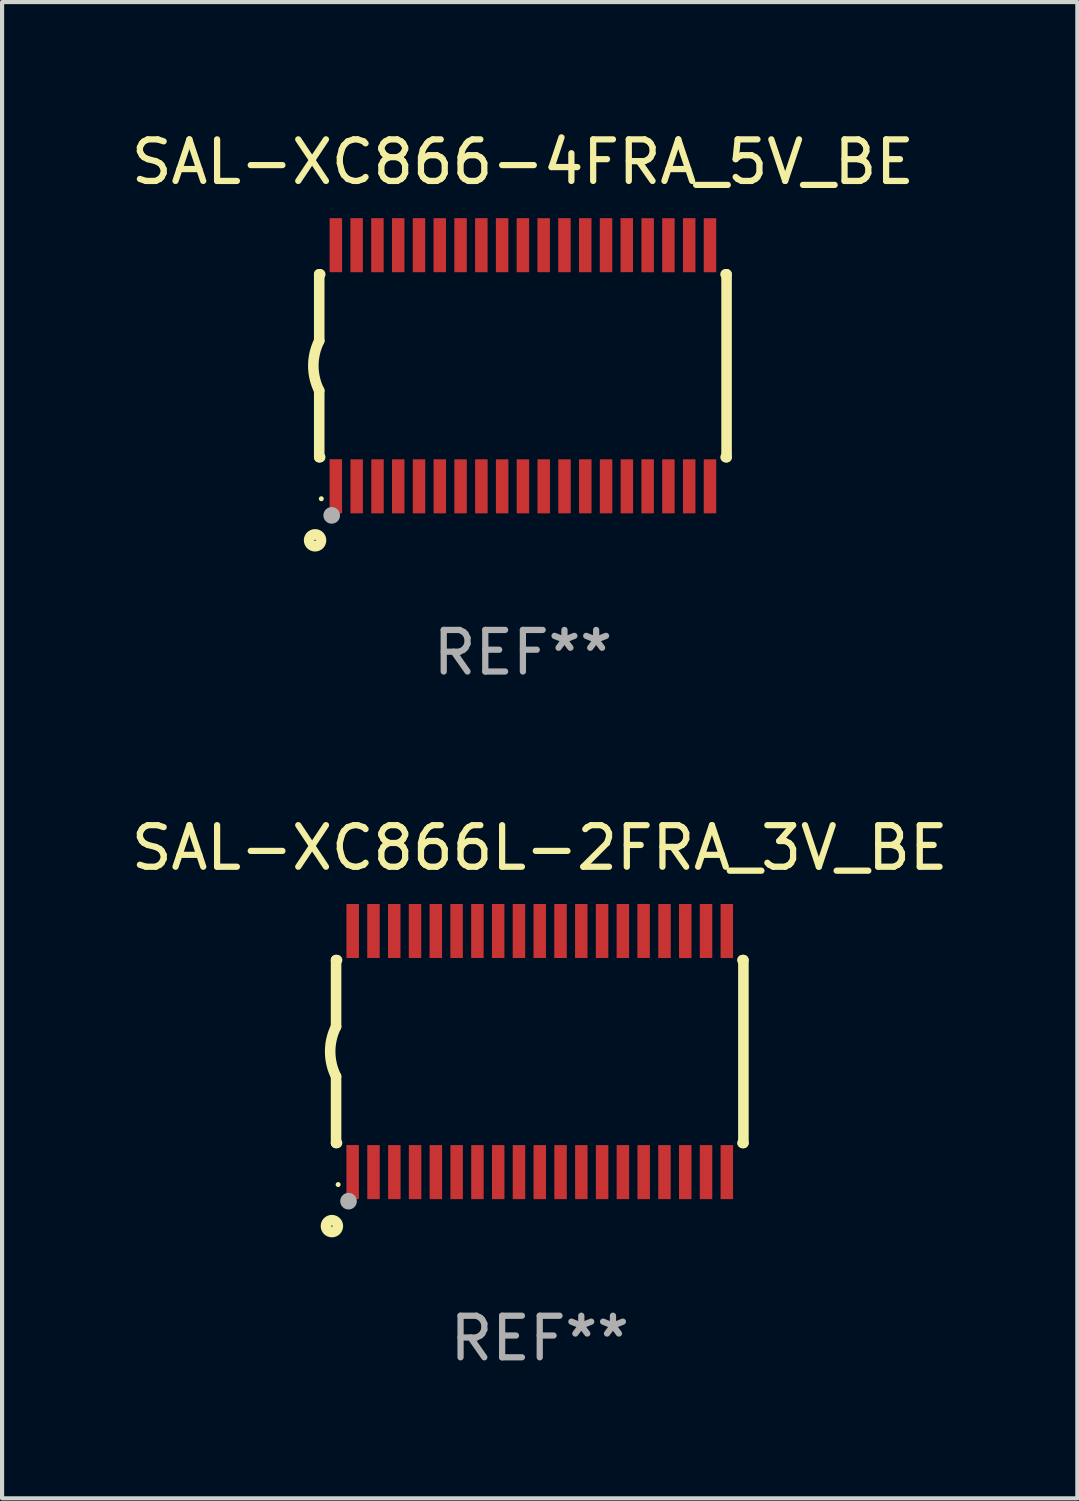
<source format=kicad_pcb>
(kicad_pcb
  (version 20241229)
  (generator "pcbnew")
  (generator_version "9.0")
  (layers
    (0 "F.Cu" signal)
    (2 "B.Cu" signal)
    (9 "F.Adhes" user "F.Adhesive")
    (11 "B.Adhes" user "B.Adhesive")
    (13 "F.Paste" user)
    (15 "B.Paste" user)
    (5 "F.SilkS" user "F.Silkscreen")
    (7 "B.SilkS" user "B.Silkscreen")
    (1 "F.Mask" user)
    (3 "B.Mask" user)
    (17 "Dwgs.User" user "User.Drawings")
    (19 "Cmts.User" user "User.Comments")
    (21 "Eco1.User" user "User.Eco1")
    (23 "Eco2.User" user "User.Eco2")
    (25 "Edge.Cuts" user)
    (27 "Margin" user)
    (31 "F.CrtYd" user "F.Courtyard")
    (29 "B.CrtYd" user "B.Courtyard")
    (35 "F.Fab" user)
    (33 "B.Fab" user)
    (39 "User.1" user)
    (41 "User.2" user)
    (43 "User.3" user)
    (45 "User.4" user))
  (footprint "SAL-XC866L-2FRA_3V_BE"
    (layer "F.Cu")
    (at 9.935 22.248)
    (property "Reference" "SAL-XC866L-2FRA_3V_BE" (at 0 -4.901 0) (layer "F.SilkS") (effects (font (size 1 1) (thickness 0.15))))
    (attr through_hole)
    (fp_line (start -4.9 -2.2) (end -4.9 -0.6) (stroke (width 0.254) (type solid)) (layer "F.SilkS"))
    (fp_line (start -4.9 -2.2) (end -4.876 -2.2) (stroke (width 0.254) (type solid)) (layer "F.SilkS"))
    (fp_line (start -4.9 2.2) (end -4.9 0.6) (stroke (width 0.254) (type solid)) (layer "F.SilkS"))
    (fp_line (start -4.9 2.2) (end -4.877 2.2) (stroke (width 0.254) (type solid)) (layer "F.SilkS"))
    (fp_line (start 4.876 -2.2) (end 4.9 -2.2) (stroke (width 0.254) (type solid)) (layer "F.SilkS"))
    (fp_line (start 4.877 2.2) (end 4.9 2.2) (stroke (width 0.254) (type solid)) (layer "F.SilkS"))
    (fp_line (start 4.9 -2.2) (end 4.9 2.2) (stroke (width 0.254) (type solid)) (layer "F.SilkS"))
    (fp_arc (start -4.900051 0.599822) (mid -5.041652 -0.000095) (end -4.9 -0.6) (stroke (width 0.254001) (type solid)) (layer "F.SilkS"))
    (fp_circle (center -5 4.2) (end -4.857 4.2) (stroke (width 0.254) (type solid)) (fill no) (layer "F.SilkS"))
    (fp_circle (center -4.85 3.2) (end -4.82 3.2) (stroke (width 0.06) (type solid)) (fill no) (layer "F.SilkS"))
    (fp_circle (center -4.6 3.6) (end -4.5 3.6) (stroke (width 0.2) (type solid)) (fill no) (layer "F.Fab"))
    (fp_text user "REF**" (at 0 6.901 0) (layer "F.Fab") (effects (font (size 1 1) (thickness 0.15))))
    (pad "1" smd rect (at -4.501 2.899 90) (size 1.3 0.3) (layers "F.Cu" "F.Mask" "F.Paste"))
    (pad "2" smd rect (at -3.999 2.901 90) (size 1.3 0.3) (layers "F.Cu" "F.Mask" "F.Paste"))
    (pad "3" smd rect (at -3.498 2.901 90) (size 1.3 0.3) (layers "F.Cu" "F.Mask" "F.Paste"))
    (pad "4" smd rect (at -2.999 2.901 90) (size 1.3 0.3) (layers "F.Cu" "F.Mask" "F.Paste"))
    (pad "5" smd rect (at -2.499 2.901 90) (size 1.3 0.3) (layers "F.Cu" "F.Mask" "F.Paste"))
    (pad "6" smd rect (at -1.999 2.901 90) (size 1.3 0.3) (layers "F.Cu" "F.Mask" "F.Paste"))
    (pad "7" smd rect (at -1.499 2.901 90) (size 1.3 0.3) (layers "F.Cu" "F.Mask" "F.Paste"))
    (pad "8" smd rect (at -0.999 2.901 90) (size 1.3 0.3) (layers "F.Cu" "F.Mask" "F.Paste"))
    (pad "9" smd rect (at -0.499 2.901 90) (size 1.3 0.3) (layers "F.Cu" "F.Mask" "F.Paste"))
    (pad "10" smd rect (at 0.001 2.901 90) (size 1.3 0.3) (layers "F.Cu" "F.Mask" "F.Paste"))
    (pad "11" smd rect (at 0.501 2.901 90) (size 1.3 0.3) (layers "F.Cu" "F.Mask" "F.Paste"))
    (pad "12" smd rect (at 1.001 2.901 90) (size 1.3 0.3) (layers "F.Cu" "F.Mask" "F.Paste"))
    (pad "13" smd rect (at 1.501 2.901 90) (size 1.3 0.3) (layers "F.Cu" "F.Mask" "F.Paste"))
    (pad "14" smd rect (at 2.001 2.901 90) (size 1.3 0.3) (layers "F.Cu" "F.Mask" "F.Paste"))
    (pad "15" smd rect (at 2.501 2.901 90) (size 1.3 0.3) (layers "F.Cu" "F.Mask" "F.Paste"))
    (pad "16" smd rect (at 3.001 2.901 90) (size 1.3 0.3) (layers "F.Cu" "F.Mask" "F.Paste"))
    (pad "17" smd rect (at 3.501 2.901 90) (size 1.3 0.3) (layers "F.Cu" "F.Mask" "F.Paste"))
    (pad "18" smd rect (at 4.001 2.901 90) (size 1.3 0.3) (layers "F.Cu" "F.Mask" "F.Paste"))
    (pad "19" smd rect (at 4.501 2.901 90) (size 1.3 0.3) (layers "F.Cu" "F.Mask" "F.Paste"))
    (pad "20" smd rect (at 4.501 -2.899 90) (size 1.3 0.3) (layers "F.Cu" "F.Mask" "F.Paste"))
    (pad "21" smd rect (at 4.001 -2.9 90) (size 1.3 0.3) (layers "F.Cu" "F.Mask" "F.Paste"))
    (pad "22" smd rect (at 3.501 -2.899 90) (size 1.3 0.3) (layers "F.Cu" "F.Mask" "F.Paste"))
    (pad "23" smd rect (at 3.002 -2.899 90) (size 1.3 0.3) (layers "F.Cu" "F.Mask" "F.Paste"))
    (pad "24" smd rect (at 2.499 -2.901 90) (size 1.3 0.3) (layers "F.Cu" "F.Mask" "F.Paste"))
    (pad "25" smd rect (at 2 -2.9 90) (size 1.3 0.3) (layers "F.Cu" "F.Mask" "F.Paste"))
    (pad "26" smd rect (at 1.5 -2.9 90) (size 1.3 0.3) (layers "F.Cu" "F.Mask" "F.Paste"))
    (pad "27" smd rect (at 1 -2.9 90) (size 1.3 0.3) (layers "F.Cu" "F.Mask" "F.Paste"))
    (pad "28" smd rect (at 0.5 -2.9 90) (size 1.3 0.3) (layers "F.Cu" "F.Mask" "F.Paste"))
    (pad "29" smd rect (at 0.000127 -2.9 90) (size 1.3 0.3) (layers "F.Cu" "F.Mask" "F.Paste"))
    (pad "30" smd rect (at -0.5 -2.9 90) (size 1.3 0.3) (layers "F.Cu" "F.Mask" "F.Paste"))
    (pad "31" smd rect (at -1 -2.9 90) (size 1.3 0.3) (layers "F.Cu" "F.Mask" "F.Paste"))
    (pad "32" smd rect (at -1.5 -2.9 90) (size 1.3 0.3) (layers "F.Cu" "F.Mask" "F.Paste"))
    (pad "33" smd rect (at -2 -2.9 90) (size 1.3 0.3) (layers "F.Cu" "F.Mask" "F.Paste"))
    (pad "34" smd rect (at -2.5 -2.9 90) (size 1.3 0.3) (layers "F.Cu" "F.Mask" "F.Paste"))
    (pad "35" smd rect (at -3 -2.9 90) (size 1.3 0.3) (layers "F.Cu" "F.Mask" "F.Paste"))
    (pad "36" smd rect (at -3.5 -2.9 90) (size 1.3 0.3) (layers "F.Cu" "F.Mask" "F.Paste"))
    (pad "37" smd rect (at -4 -2.9 90) (size 1.3 0.3) (layers "F.Cu" "F.Mask" "F.Paste"))
    (pad "38" smd rect (at -4.5 -2.9 90) (size 1.3 0.3) (layers "F.Cu" "F.Mask" "F.Paste")))
  (footprint "SAL-XC866-4FRA_5V_BE"
    (layer "F.Cu")
    (at 9.53 5.749)
    (property "Reference" "SAL-XC866-4FRA_5V_BE" (at 0 -4.901 0) (layer "F.SilkS") (effects (font (size 1 1) (thickness 0.15))))
    (attr through_hole)
    (fp_line (start -4.9 -2.2) (end -4.9 -0.6) (stroke (width 0.254) (type solid)) (layer "F.SilkS"))
    (fp_line (start -4.9 -2.2) (end -4.876 -2.2) (stroke (width 0.254) (type solid)) (layer "F.SilkS"))
    (fp_line (start -4.9 2.2) (end -4.9 0.6) (stroke (width 0.254) (type solid)) (layer "F.SilkS"))
    (fp_line (start -4.9 2.2) (end -4.877 2.2) (stroke (width 0.254) (type solid)) (layer "F.SilkS"))
    (fp_line (start 4.876 -2.2) (end 4.9 -2.2) (stroke (width 0.254) (type solid)) (layer "F.SilkS"))
    (fp_line (start 4.877 2.2) (end 4.9 2.2) (stroke (width 0.254) (type solid)) (layer "F.SilkS"))
    (fp_line (start 4.9 -2.2) (end 4.9 2.2) (stroke (width 0.254) (type solid)) (layer "F.SilkS"))
    (fp_arc (start -4.900051 0.599822) (mid -5.041652 -0.000095) (end -4.9 -0.6) (stroke (width 0.254001) (type solid)) (layer "F.SilkS"))
    (fp_circle (center -5 4.2) (end -4.857 4.2) (stroke (width 0.254) (type solid)) (fill no) (layer "F.SilkS"))
    (fp_circle (center -4.85 3.2) (end -4.82 3.2) (stroke (width 0.06) (type solid)) (fill no) (layer "F.SilkS"))
    (fp_circle (center -4.6 3.6) (end -4.5 3.6) (stroke (width 0.2) (type solid)) (fill no) (layer "F.Fab"))
    (fp_text user "REF**" (at 0 6.901 0) (layer "F.Fab") (effects (font (size 1 1) (thickness 0.15))))
    (pad "1" smd rect (at -4.501 2.899 90) (size 1.3 0.3) (layers "F.Cu" "F.Mask" "F.Paste"))
    (pad "2" smd rect (at -3.999 2.901 90) (size 1.3 0.3) (layers "F.Cu" "F.Mask" "F.Paste"))
    (pad "3" smd rect (at -3.498 2.901 90) (size 1.3 0.3) (layers "F.Cu" "F.Mask" "F.Paste"))
    (pad "4" smd rect (at -2.999 2.901 90) (size 1.3 0.3) (layers "F.Cu" "F.Mask" "F.Paste"))
    (pad "5" smd rect (at -2.499 2.901 90) (size 1.3 0.3) (layers "F.Cu" "F.Mask" "F.Paste"))
    (pad "6" smd rect (at -1.999 2.901 90) (size 1.3 0.3) (layers "F.Cu" "F.Mask" "F.Paste"))
    (pad "7" smd rect (at -1.499 2.901 90) (size 1.3 0.3) (layers "F.Cu" "F.Mask" "F.Paste"))
    (pad "8" smd rect (at -0.999 2.901 90) (size 1.3 0.3) (layers "F.Cu" "F.Mask" "F.Paste"))
    (pad "9" smd rect (at -0.499 2.901 90) (size 1.3 0.3) (layers "F.Cu" "F.Mask" "F.Paste"))
    (pad "10" smd rect (at 0.001 2.901 90) (size 1.3 0.3) (layers "F.Cu" "F.Mask" "F.Paste"))
    (pad "11" smd rect (at 0.501 2.901 90) (size 1.3 0.3) (layers "F.Cu" "F.Mask" "F.Paste"))
    (pad "12" smd rect (at 1.001 2.901 90) (size 1.3 0.3) (layers "F.Cu" "F.Mask" "F.Paste"))
    (pad "13" smd rect (at 1.501 2.901 90) (size 1.3 0.3) (layers "F.Cu" "F.Mask" "F.Paste"))
    (pad "14" smd rect (at 2.001 2.901 90) (size 1.3 0.3) (layers "F.Cu" "F.Mask" "F.Paste"))
    (pad "15" smd rect (at 2.501 2.901 90) (size 1.3 0.3) (layers "F.Cu" "F.Mask" "F.Paste"))
    (pad "16" smd rect (at 3.001 2.901 90) (size 1.3 0.3) (layers "F.Cu" "F.Mask" "F.Paste"))
    (pad "17" smd rect (at 3.501 2.901 90) (size 1.3 0.3) (layers "F.Cu" "F.Mask" "F.Paste"))
    (pad "18" smd rect (at 4.001 2.901 90) (size 1.3 0.3) (layers "F.Cu" "F.Mask" "F.Paste"))
    (pad "19" smd rect (at 4.501 2.901 90) (size 1.3 0.3) (layers "F.Cu" "F.Mask" "F.Paste"))
    (pad "20" smd rect (at 4.501 -2.899 90) (size 1.3 0.3) (layers "F.Cu" "F.Mask" "F.Paste"))
    (pad "21" smd rect (at 4.001 -2.9 90) (size 1.3 0.3) (layers "F.Cu" "F.Mask" "F.Paste"))
    (pad "22" smd rect (at 3.501 -2.899 90) (size 1.3 0.3) (layers "F.Cu" "F.Mask" "F.Paste"))
    (pad "23" smd rect (at 3.002 -2.899 90) (size 1.3 0.3) (layers "F.Cu" "F.Mask" "F.Paste"))
    (pad "24" smd rect (at 2.499 -2.901 90) (size 1.3 0.3) (layers "F.Cu" "F.Mask" "F.Paste"))
    (pad "25" smd rect (at 2 -2.9 90) (size 1.3 0.3) (layers "F.Cu" "F.Mask" "F.Paste"))
    (pad "26" smd rect (at 1.5 -2.9 90) (size 1.3 0.3) (layers "F.Cu" "F.Mask" "F.Paste"))
    (pad "27" smd rect (at 1 -2.9 90) (size 1.3 0.3) (layers "F.Cu" "F.Mask" "F.Paste"))
    (pad "28" smd rect (at 0.5 -2.9 90) (size 1.3 0.3) (layers "F.Cu" "F.Mask" "F.Paste"))
    (pad "29" smd rect (at 0.000127 -2.9 90) (size 1.3 0.3) (layers "F.Cu" "F.Mask" "F.Paste"))
    (pad "30" smd rect (at -0.5 -2.9 90) (size 1.3 0.3) (layers "F.Cu" "F.Mask" "F.Paste"))
    (pad "31" smd rect (at -1 -2.9 90) (size 1.3 0.3) (layers "F.Cu" "F.Mask" "F.Paste"))
    (pad "32" smd rect (at -1.5 -2.9 90) (size 1.3 0.3) (layers "F.Cu" "F.Mask" "F.Paste"))
    (pad "33" smd rect (at -2 -2.9 90) (size 1.3 0.3) (layers "F.Cu" "F.Mask" "F.Paste"))
    (pad "34" smd rect (at -2.5 -2.9 90) (size 1.3 0.3) (layers "F.Cu" "F.Mask" "F.Paste"))
    (pad "35" smd rect (at -3 -2.9 90) (size 1.3 0.3) (layers "F.Cu" "F.Mask" "F.Paste"))
    (pad "36" smd rect (at -3.5 -2.9 90) (size 1.3 0.3) (layers "F.Cu" "F.Mask" "F.Paste"))
    (pad "37" smd rect (at -4 -2.9 90) (size 1.3 0.3) (layers "F.Cu" "F.Mask" "F.Paste"))
    (pad "38" smd rect (at -4.5 -2.9 90) (size 1.3 0.3) (layers "F.Cu" "F.Mask" "F.Paste")))
  (gr_rect
    (start -3 -3)
    (end 22.869 32.997)
    (stroke (width 0.1) (type default))
    (fill no)
    (layer "Edge.Cuts")))
</source>
